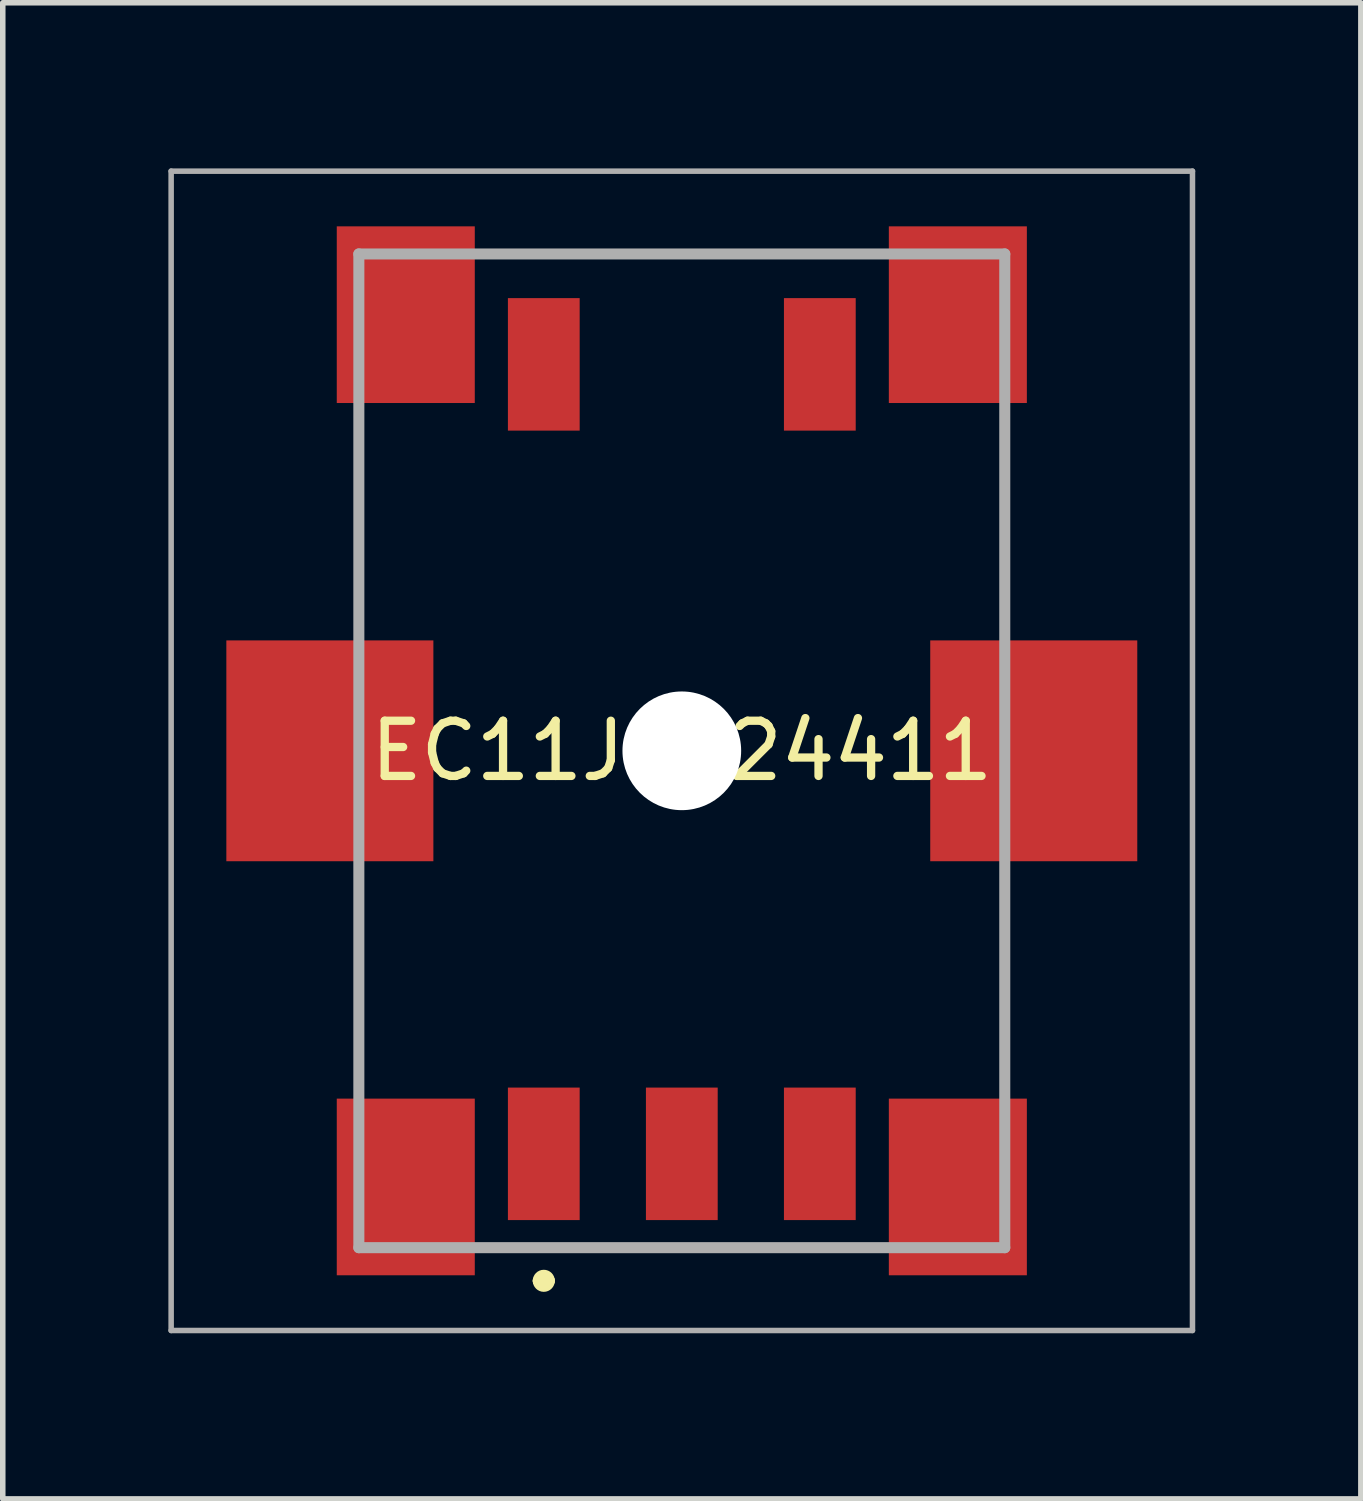
<source format=kicad_pcb>
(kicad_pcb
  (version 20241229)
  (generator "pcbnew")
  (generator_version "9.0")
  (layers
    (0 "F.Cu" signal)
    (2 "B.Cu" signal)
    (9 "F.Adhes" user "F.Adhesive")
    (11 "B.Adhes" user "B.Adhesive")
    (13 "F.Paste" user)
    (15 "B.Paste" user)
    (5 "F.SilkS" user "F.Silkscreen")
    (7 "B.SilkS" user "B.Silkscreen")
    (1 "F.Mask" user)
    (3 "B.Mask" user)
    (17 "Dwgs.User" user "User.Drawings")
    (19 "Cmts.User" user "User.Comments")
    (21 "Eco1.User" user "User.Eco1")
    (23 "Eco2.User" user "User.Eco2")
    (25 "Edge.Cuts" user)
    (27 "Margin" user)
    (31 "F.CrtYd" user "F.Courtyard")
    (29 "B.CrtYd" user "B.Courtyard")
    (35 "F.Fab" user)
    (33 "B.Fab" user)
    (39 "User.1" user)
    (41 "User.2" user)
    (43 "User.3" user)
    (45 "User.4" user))
  (footprint "EC11J0924411"
    (layer "F.Cu")
    (at 9.3 10.55)
    (property "Reference" "EC11J0924411" (at 0 0 0) (layer "F.SilkS") (effects (font (size 1 1) (thickness 0.15))))
    (attr smd)
    (fp_line (start -5.85 -6) (end -5.85 -2.5) (stroke (width 0.1) (type solid)) (layer "F.SilkS"))
    (fp_line (start -5.85 2.5) (end -5.85 5.5) (stroke (width 0.1) (type solid)) (layer "F.SilkS"))
    (fp_line (start -3.5 -9) (end 3.5 -9) (stroke (width 0.1) (type solid)) (layer "F.SilkS"))
    (fp_line (start -3.5 9) (end 3 9) (stroke (width 0.1) (type solid)) (layer "F.SilkS"))
    (fp_line (start -2.6 9.6) (end -2.6 9.6) (stroke (width 0.2) (type solid)) (layer "F.SilkS"))
    (fp_line (start -2.4 9.6) (end -2.4 9.6) (stroke (width 0.2) (type solid)) (layer "F.SilkS"))
    (fp_line (start 3 9) (end 3.5 9) (stroke (width 0.1) (type solid)) (layer "F.SilkS"))
    (fp_line (start 5.85 -6) (end 5.85 -2.5) (stroke (width 0.1) (type solid)) (layer "F.SilkS"))
    (fp_line (start 5.85 2.5) (end 5.85 5.5) (stroke (width 0.1) (type solid)) (layer "F.SilkS"))
    (fp_arc (start -2.6 9.6) (mid -2.5 9.5) (end -2.4 9.6) (stroke (width 0.2) (type solid)) (layer "F.SilkS"))
    (fp_arc (start -2.4 9.6) (mid -2.5 9.7) (end -2.6 9.6) (stroke (width 0.2) (type solid)) (layer "F.SilkS"))
    (fp_line (start -9.25 -10.5) (end 9.25 -10.5) (stroke (width 0.1) (type solid)) (layer "F.Fab"))
    (fp_line (start -9.25 10.5) (end -9.25 -10.5) (stroke (width 0.1) (type solid)) (layer "F.Fab"))
    (fp_line (start -5.85 -9) (end 5.85 -9) (stroke (width 0.2) (type solid)) (layer "F.Fab"))
    (fp_line (start -5.85 9) (end -5.85 -9) (stroke (width 0.2) (type solid)) (layer "F.Fab"))
    (fp_line (start 5.85 -9) (end 5.85 9) (stroke (width 0.2) (type solid)) (layer "F.Fab"))
    (fp_line (start 5.85 9) (end -5.85 9) (stroke (width 0.2) (type solid)) (layer "F.Fab"))
    (fp_line (start 9.25 -10.5) (end 9.25 10.5) (stroke (width 0.1) (type solid)) (layer "F.Fab"))
    (fp_line (start 9.25 10.5) (end -9.25 10.5) (stroke (width 0.1) (type solid)) (layer "F.Fab"))
    (pad "" np_thru_hole circle (at 0 0) (size 2.15 2.15) (drill 2.15) (layers "*.Cu" "*.Mask"))
    (pad "7" smd rect (at -5 7.9) (size 2.5 3.2) (layers "F.Cu" "F.Mask" "F.Paste"))
    (pad "8" smd rect (at 5 7.9) (size 2.5 3.2) (layers "F.Cu" "F.Mask" "F.Paste"))
    (pad "9" smd rect (at 5 -7.9) (size 2.5 3.2) (layers "F.Cu" "F.Mask" "F.Paste"))
    (pad "10" smd rect (at -5 -7.9) (size 2.5 3.2) (layers "F.Cu" "F.Mask" "F.Paste"))
    (pad "11" smd rect (at -6.375 0) (size 3.75 4) (layers "F.Cu" "F.Mask" "F.Paste"))
    (pad "12" smd rect (at 6.375 0) (size 3.75 4) (layers "F.Cu" "F.Mask" "F.Paste"))
    (pad "A1" smd rect (at -2.5 7.3) (size 1.3 2.4) (layers "F.Cu" "F.Mask" "F.Paste"))
    (pad "B1" smd rect (at 2.5 7.3) (size 1.3 2.4) (layers "F.Cu" "F.Mask" "F.Paste"))
    (pad "C1" smd rect (at 0 7.3) (size 1.3 2.4) (layers "F.Cu" "F.Mask" "F.Paste"))
    (pad "D1" smd rect (at -2.5 -7) (size 1.3 2.4) (layers "F.Cu" "F.Mask" "F.Paste"))
    (pad "E1" smd rect (at 2.5 -7) (size 1.3 2.4) (layers "F.Cu" "F.Mask" "F.Paste")))
  (gr_rect
    (start -3 -3)
    (end 21.6 24.1)
    (stroke (width 0.1) (type default))
    (fill no)
    (layer "Edge.Cuts")))
</source>
